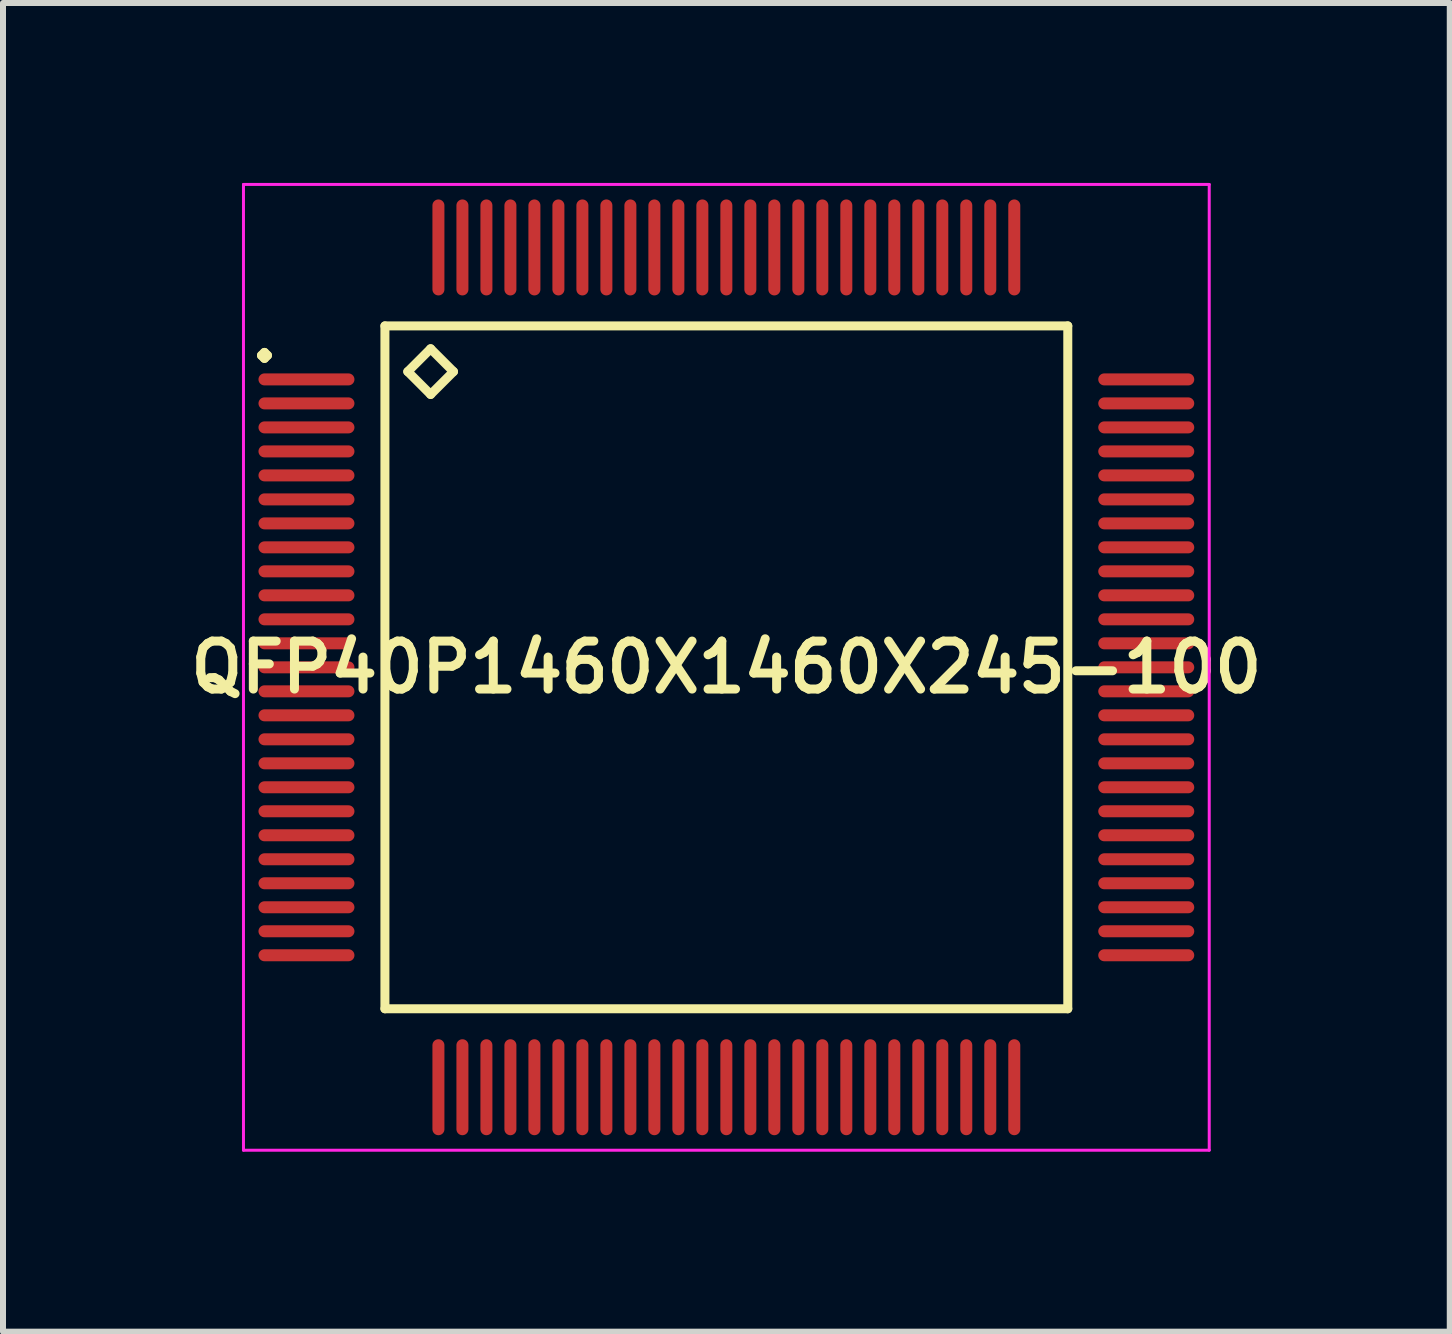
<source format=kicad_pcb>
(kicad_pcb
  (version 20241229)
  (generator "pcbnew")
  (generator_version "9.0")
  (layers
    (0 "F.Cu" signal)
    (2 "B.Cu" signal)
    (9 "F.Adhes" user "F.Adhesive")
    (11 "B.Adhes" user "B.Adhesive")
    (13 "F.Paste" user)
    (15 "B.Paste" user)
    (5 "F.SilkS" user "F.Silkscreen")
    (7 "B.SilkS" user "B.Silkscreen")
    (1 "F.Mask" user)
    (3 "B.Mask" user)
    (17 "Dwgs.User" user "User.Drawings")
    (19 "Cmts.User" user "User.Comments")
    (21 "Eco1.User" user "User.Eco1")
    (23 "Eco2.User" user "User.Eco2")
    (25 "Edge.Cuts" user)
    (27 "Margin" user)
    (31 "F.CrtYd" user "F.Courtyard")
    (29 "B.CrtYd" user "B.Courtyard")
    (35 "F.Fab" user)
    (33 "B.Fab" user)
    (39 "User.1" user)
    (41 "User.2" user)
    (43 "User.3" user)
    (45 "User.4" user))
  (footprint "QFP40P1460X1460X245-100"
    (layer "F.Cu")
    (at 9.059 8.075)
    (property "Reference" "QFP40P1460X1460X245-100" (at 0 0 0) (layer "F.SilkS") (effects (font (size 0.8 0.8) (thickness 0.15))))
    (attr smd)
    (fp_line (start -7.75 -5.2) (end -7.7 -5.25) (stroke (width 0.15) (type solid)) (layer "F.SilkS"))
    (fp_line (start -7.7 -5.25) (end -7.65 -5.2) (stroke (width 0.15) (type solid)) (layer "F.SilkS"))
    (fp_line (start -7.7 -5.15) (end -7.75 -5.2) (stroke (width 0.15) (type solid)) (layer "F.SilkS"))
    (fp_line (start -7.65 -5.2) (end -7.7 -5.15) (stroke (width 0.15) (type solid)) (layer "F.SilkS"))
    (fp_line (start -5.692 -5.692) (end -5.692 5.692) (stroke (width 0.15) (type solid)) (layer "F.SilkS"))
    (fp_line (start -5.692 5.692) (end 5.692 5.692) (stroke (width 0.15) (type solid)) (layer "F.SilkS"))
    (fp_line (start -5.311 -4.93) (end -4.93 -5.311) (stroke (width 0.15) (type solid)) (layer "F.SilkS"))
    (fp_line (start -4.93 -5.311) (end -4.549 -4.93) (stroke (width 0.15) (type solid)) (layer "F.SilkS"))
    (fp_line (start -4.93 -4.549) (end -5.311 -4.93) (stroke (width 0.15) (type solid)) (layer "F.SilkS"))
    (fp_line (start -4.549 -4.93) (end -4.93 -4.549) (stroke (width 0.15) (type solid)) (layer "F.SilkS"))
    (fp_line (start 5.692 -5.692) (end -5.692 -5.692) (stroke (width 0.15) (type solid)) (layer "F.SilkS"))
    (fp_line (start 5.692 5.692) (end 5.692 -5.692) (stroke (width 0.15) (type solid)) (layer "F.SilkS"))
    (fp_line (start -8.05 -8.05) (end 8.05 -8.05) (stroke (width 0.05) (type solid)) (layer "F.CrtYd"))
    (fp_line (start -8.05 8.05) (end -8.05 -8.05) (stroke (width 0.05) (type solid)) (layer "F.CrtYd"))
    (fp_line (start 8.05 -8.05) (end 8.05 8.05) (stroke (width 0.05) (type solid)) (layer "F.CrtYd"))
    (fp_line (start 8.05 8.05) (end -8.05 8.05) (stroke (width 0.05) (type solid)) (layer "F.CrtYd"))
    (pad "1" smd oval (at -7 -4.8) (size 1.6 0.2) (layers "F.Cu" "F.Mask" "F.Paste"))
    (pad "2" smd oval (at -7 -4.4) (size 1.6 0.2) (layers "F.Cu" "F.Mask" "F.Paste"))
    (pad "3" smd oval (at -7 -4) (size 1.6 0.2) (layers "F.Cu" "F.Mask" "F.Paste"))
    (pad "4" smd oval (at -7 -3.6) (size 1.6 0.2) (layers "F.Cu" "F.Mask" "F.Paste"))
    (pad "5" smd oval (at -7 -3.2) (size 1.6 0.2) (layers "F.Cu" "F.Mask" "F.Paste"))
    (pad "6" smd oval (at -7 -2.8) (size 1.6 0.2) (layers "F.Cu" "F.Mask" "F.Paste"))
    (pad "7" smd oval (at -7 -2.4) (size 1.6 0.2) (layers "F.Cu" "F.Mask" "F.Paste"))
    (pad "8" smd oval (at -7 -2) (size 1.6 0.2) (layers "F.Cu" "F.Mask" "F.Paste"))
    (pad "9" smd oval (at -7 -1.6) (size 1.6 0.2) (layers "F.Cu" "F.Mask" "F.Paste"))
    (pad "10" smd oval (at -7 -1.2) (size 1.6 0.2) (layers "F.Cu" "F.Mask" "F.Paste"))
    (pad "11" smd oval (at -7 -0.8) (size 1.6 0.2) (layers "F.Cu" "F.Mask" "F.Paste"))
    (pad "12" smd oval (at -7 -0.4) (size 1.6 0.2) (layers "F.Cu" "F.Mask" "F.Paste"))
    (pad "13" smd oval (at -7 0) (size 1.6 0.2) (layers "F.Cu" "F.Mask" "F.Paste"))
    (pad "14" smd oval (at -7 0.4) (size 1.6 0.2) (layers "F.Cu" "F.Mask" "F.Paste"))
    (pad "15" smd oval (at -7 0.8) (size 1.6 0.2) (layers "F.Cu" "F.Mask" "F.Paste"))
    (pad "16" smd oval (at -7 1.2) (size 1.6 0.2) (layers "F.Cu" "F.Mask" "F.Paste"))
    (pad "17" smd oval (at -7 1.6) (size 1.6 0.2) (layers "F.Cu" "F.Mask" "F.Paste"))
    (pad "18" smd oval (at -7 2) (size 1.6 0.2) (layers "F.Cu" "F.Mask" "F.Paste"))
    (pad "19" smd oval (at -7 2.4) (size 1.6 0.2) (layers "F.Cu" "F.Mask" "F.Paste"))
    (pad "20" smd oval (at -7 2.8) (size 1.6 0.2) (layers "F.Cu" "F.Mask" "F.Paste"))
    (pad "21" smd oval (at -7 3.2) (size 1.6 0.2) (layers "F.Cu" "F.Mask" "F.Paste"))
    (pad "22" smd oval (at -7 3.6) (size 1.6 0.2) (layers "F.Cu" "F.Mask" "F.Paste"))
    (pad "23" smd oval (at -7 4) (size 1.6 0.2) (layers "F.Cu" "F.Mask" "F.Paste"))
    (pad "24" smd oval (at -7 4.4) (size 1.6 0.2) (layers "F.Cu" "F.Mask" "F.Paste"))
    (pad "25" smd oval (at -7 4.8) (size 1.6 0.2) (layers "F.Cu" "F.Mask" "F.Paste"))
    (pad "26" smd oval (at -4.8 7) (size 0.2 1.6) (layers "F.Cu" "F.Mask" "F.Paste"))
    (pad "27" smd oval (at -4.4 7) (size 0.2 1.6) (layers "F.Cu" "F.Mask" "F.Paste"))
    (pad "28" smd oval (at -4 7) (size 0.2 1.6) (layers "F.Cu" "F.Mask" "F.Paste"))
    (pad "29" smd oval (at -3.6 7) (size 0.2 1.6) (layers "F.Cu" "F.Mask" "F.Paste"))
    (pad "30" smd oval (at -3.2 7) (size 0.2 1.6) (layers "F.Cu" "F.Mask" "F.Paste"))
    (pad "31" smd oval (at -2.8 7) (size 0.2 1.6) (layers "F.Cu" "F.Mask" "F.Paste"))
    (pad "32" smd oval (at -2.4 7) (size 0.2 1.6) (layers "F.Cu" "F.Mask" "F.Paste"))
    (pad "33" smd oval (at -2 7) (size 0.2 1.6) (layers "F.Cu" "F.Mask" "F.Paste"))
    (pad "34" smd oval (at -1.6 7) (size 0.2 1.6) (layers "F.Cu" "F.Mask" "F.Paste"))
    (pad "35" smd oval (at -1.2 7) (size 0.2 1.6) (layers "F.Cu" "F.Mask" "F.Paste"))
    (pad "36" smd oval (at -0.8 7) (size 0.2 1.6) (layers "F.Cu" "F.Mask" "F.Paste"))
    (pad "37" smd oval (at -0.4 7) (size 0.2 1.6) (layers "F.Cu" "F.Mask" "F.Paste"))
    (pad "38" smd oval (at 0 7) (size 0.2 1.6) (layers "F.Cu" "F.Mask" "F.Paste"))
    (pad "39" smd oval (at 0.4 7) (size 0.2 1.6) (layers "F.Cu" "F.Mask" "F.Paste"))
    (pad "40" smd oval (at 0.8 7) (size 0.2 1.6) (layers "F.Cu" "F.Mask" "F.Paste"))
    (pad "41" smd oval (at 1.2 7) (size 0.2 1.6) (layers "F.Cu" "F.Mask" "F.Paste"))
    (pad "42" smd oval (at 1.6 7) (size 0.2 1.6) (layers "F.Cu" "F.Mask" "F.Paste"))
    (pad "43" smd oval (at 2 7) (size 0.2 1.6) (layers "F.Cu" "F.Mask" "F.Paste"))
    (pad "44" smd oval (at 2.4 7) (size 0.2 1.6) (layers "F.Cu" "F.Mask" "F.Paste"))
    (pad "45" smd oval (at 2.8 7) (size 0.2 1.6) (layers "F.Cu" "F.Mask" "F.Paste"))
    (pad "46" smd oval (at 3.2 7) (size 0.2 1.6) (layers "F.Cu" "F.Mask" "F.Paste"))
    (pad "47" smd oval (at 3.6 7) (size 0.2 1.6) (layers "F.Cu" "F.Mask" "F.Paste"))
    (pad "48" smd oval (at 4 7) (size 0.2 1.6) (layers "F.Cu" "F.Mask" "F.Paste"))
    (pad "49" smd oval (at 4.4 7) (size 0.2 1.6) (layers "F.Cu" "F.Mask" "F.Paste"))
    (pad "50" smd oval (at 4.8 7) (size 0.2 1.6) (layers "F.Cu" "F.Mask" "F.Paste"))
    (pad "51" smd oval (at 7 4.8) (size 1.6 0.2) (layers "F.Cu" "F.Mask" "F.Paste"))
    (pad "52" smd oval (at 7 4.4) (size 1.6 0.2) (layers "F.Cu" "F.Mask" "F.Paste"))
    (pad "53" smd oval (at 7 4) (size 1.6 0.2) (layers "F.Cu" "F.Mask" "F.Paste"))
    (pad "54" smd oval (at 7 3.6) (size 1.6 0.2) (layers "F.Cu" "F.Mask" "F.Paste"))
    (pad "55" smd oval (at 7 3.2) (size 1.6 0.2) (layers "F.Cu" "F.Mask" "F.Paste"))
    (pad "56" smd oval (at 7 2.8) (size 1.6 0.2) (layers "F.Cu" "F.Mask" "F.Paste"))
    (pad "57" smd oval (at 7 2.4) (size 1.6 0.2) (layers "F.Cu" "F.Mask" "F.Paste"))
    (pad "58" smd oval (at 7 2) (size 1.6 0.2) (layers "F.Cu" "F.Mask" "F.Paste"))
    (pad "59" smd oval (at 7 1.6) (size 1.6 0.2) (layers "F.Cu" "F.Mask" "F.Paste"))
    (pad "60" smd oval (at 7 1.2) (size 1.6 0.2) (layers "F.Cu" "F.Mask" "F.Paste"))
    (pad "61" smd oval (at 7 0.8) (size 1.6 0.2) (layers "F.Cu" "F.Mask" "F.Paste"))
    (pad "62" smd oval (at 7 0.4) (size 1.6 0.2) (layers "F.Cu" "F.Mask" "F.Paste"))
    (pad "63" smd oval (at 7 0) (size 1.6 0.2) (layers "F.Cu" "F.Mask" "F.Paste"))
    (pad "64" smd oval (at 7 -0.4) (size 1.6 0.2) (layers "F.Cu" "F.Mask" "F.Paste"))
    (pad "65" smd oval (at 7 -0.8) (size 1.6 0.2) (layers "F.Cu" "F.Mask" "F.Paste"))
    (pad "66" smd oval (at 7 -1.2) (size 1.6 0.2) (layers "F.Cu" "F.Mask" "F.Paste"))
    (pad "67" smd oval (at 7 -1.6) (size 1.6 0.2) (layers "F.Cu" "F.Mask" "F.Paste"))
    (pad "68" smd oval (at 7 -2) (size 1.6 0.2) (layers "F.Cu" "F.Mask" "F.Paste"))
    (pad "69" smd oval (at 7 -2.4) (size 1.6 0.2) (layers "F.Cu" "F.Mask" "F.Paste"))
    (pad "70" smd oval (at 7 -2.8) (size 1.6 0.2) (layers "F.Cu" "F.Mask" "F.Paste"))
    (pad "71" smd oval (at 7 -3.2) (size 1.6 0.2) (layers "F.Cu" "F.Mask" "F.Paste"))
    (pad "72" smd oval (at 7 -3.6) (size 1.6 0.2) (layers "F.Cu" "F.Mask" "F.Paste"))
    (pad "73" smd oval (at 7 -4) (size 1.6 0.2) (layers "F.Cu" "F.Mask" "F.Paste"))
    (pad "74" smd oval (at 7 -4.4) (size 1.6 0.2) (layers "F.Cu" "F.Mask" "F.Paste"))
    (pad "75" smd oval (at 7 -4.8) (size 1.6 0.2) (layers "F.Cu" "F.Mask" "F.Paste"))
    (pad "76" smd oval (at 4.8 -7) (size 0.2 1.6) (layers "F.Cu" "F.Mask" "F.Paste"))
    (pad "77" smd oval (at 4.4 -7) (size 0.2 1.6) (layers "F.Cu" "F.Mask" "F.Paste"))
    (pad "78" smd oval (at 4 -7) (size 0.2 1.6) (layers "F.Cu" "F.Mask" "F.Paste"))
    (pad "79" smd oval (at 3.6 -7) (size 0.2 1.6) (layers "F.Cu" "F.Mask" "F.Paste"))
    (pad "80" smd oval (at 3.2 -7) (size 0.2 1.6) (layers "F.Cu" "F.Mask" "F.Paste"))
    (pad "81" smd oval (at 2.8 -7) (size 0.2 1.6) (layers "F.Cu" "F.Mask" "F.Paste"))
    (pad "82" smd oval (at 2.4 -7) (size 0.2 1.6) (layers "F.Cu" "F.Mask" "F.Paste"))
    (pad "83" smd oval (at 2 -7) (size 0.2 1.6) (layers "F.Cu" "F.Mask" "F.Paste"))
    (pad "84" smd oval (at 1.6 -7) (size 0.2 1.6) (layers "F.Cu" "F.Mask" "F.Paste"))
    (pad "85" smd oval (at 1.2 -7) (size 0.2 1.6) (layers "F.Cu" "F.Mask" "F.Paste"))
    (pad "86" smd oval (at 0.8 -7) (size 0.2 1.6) (layers "F.Cu" "F.Mask" "F.Paste"))
    (pad "87" smd oval (at 0.4 -7) (size 0.2 1.6) (layers "F.Cu" "F.Mask" "F.Paste"))
    (pad "88" smd oval (at 0 -7) (size 0.2 1.6) (layers "F.Cu" "F.Mask" "F.Paste"))
    (pad "89" smd oval (at -0.4 -7) (size 0.2 1.6) (layers "F.Cu" "F.Mask" "F.Paste"))
    (pad "90" smd oval (at -0.8 -7) (size 0.2 1.6) (layers "F.Cu" "F.Mask" "F.Paste"))
    (pad "91" smd oval (at -1.2 -7) (size 0.2 1.6) (layers "F.Cu" "F.Mask" "F.Paste"))
    (pad "92" smd oval (at -1.6 -7) (size 0.2 1.6) (layers "F.Cu" "F.Mask" "F.Paste"))
    (pad "93" smd oval (at -2 -7) (size 0.2 1.6) (layers "F.Cu" "F.Mask" "F.Paste"))
    (pad "94" smd oval (at -2.4 -7) (size 0.2 1.6) (layers "F.Cu" "F.Mask" "F.Paste"))
    (pad "95" smd oval (at -2.8 -7) (size 0.2 1.6) (layers "F.Cu" "F.Mask" "F.Paste"))
    (pad "96" smd oval (at -3.2 -7) (size 0.2 1.6) (layers "F.Cu" "F.Mask" "F.Paste"))
    (pad "97" smd oval (at -3.6 -7) (size 0.2 1.6) (layers "F.Cu" "F.Mask" "F.Paste"))
    (pad "98" smd oval (at -4 -7) (size 0.2 1.6) (layers "F.Cu" "F.Mask" "F.Paste"))
    (pad "99" smd oval (at -4.4 -7) (size 0.2 1.6) (layers "F.Cu" "F.Mask" "F.Paste"))
    (pad "100" smd oval (at -4.8 -7) (size 0.2 1.6) (layers "F.Cu" "F.Mask" "F.Paste")))
  (gr_rect
    (start -3 -3)
    (end 21.119 19.15)
    (stroke (width 0.1) (type default))
    (fill no)
    (layer "Edge.Cuts")))
</source>
